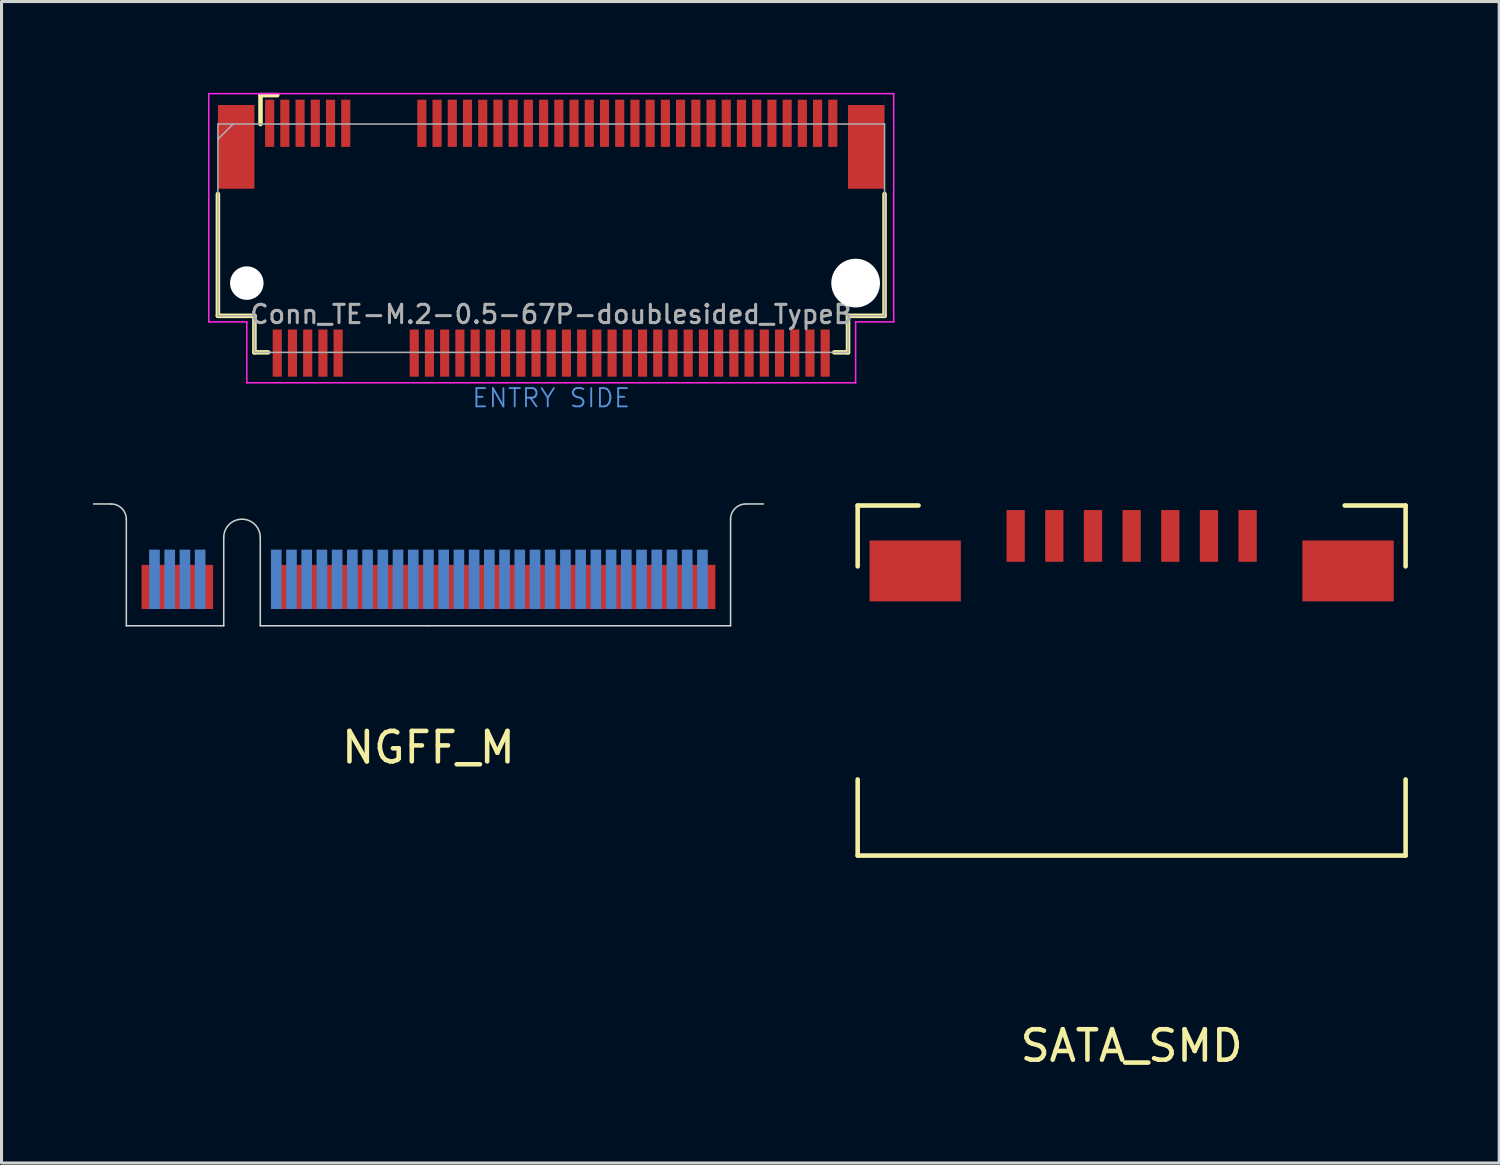
<source format=kicad_pcb>
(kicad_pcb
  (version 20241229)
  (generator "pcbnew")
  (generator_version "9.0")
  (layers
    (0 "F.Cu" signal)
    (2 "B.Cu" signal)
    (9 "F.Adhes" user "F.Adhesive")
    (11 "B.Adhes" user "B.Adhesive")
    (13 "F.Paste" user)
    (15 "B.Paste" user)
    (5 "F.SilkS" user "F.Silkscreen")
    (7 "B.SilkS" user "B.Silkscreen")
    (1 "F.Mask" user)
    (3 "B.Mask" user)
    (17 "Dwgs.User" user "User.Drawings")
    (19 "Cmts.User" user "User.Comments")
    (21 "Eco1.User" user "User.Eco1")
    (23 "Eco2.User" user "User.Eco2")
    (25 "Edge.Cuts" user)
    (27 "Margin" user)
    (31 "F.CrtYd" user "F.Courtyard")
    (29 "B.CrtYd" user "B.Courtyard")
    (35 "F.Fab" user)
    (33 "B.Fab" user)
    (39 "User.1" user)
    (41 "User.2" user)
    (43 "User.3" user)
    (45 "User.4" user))
  (footprint "SATA_SMD"
    (layer "F.Cu")
    (at 34.125 14.556)
    (property "Reference" "SATA_SMD" (at 0 16.75 0) (layer "F.SilkS") (effects (font (size 1 1) (thickness 0.15))))
    (attr through_hole)
    (fp_line (start -9 -1) (end -9 1) (stroke (width 0.15) (type solid)) (layer "F.SilkS"))
    (fp_line (start -9 -1) (end -7 -1) (stroke (width 0.15) (type solid)) (layer "F.SilkS"))
    (fp_line (start -9 10.5) (end -9 8) (stroke (width 0.15) (type solid)) (layer "F.SilkS"))
    (fp_line (start -9 10.5) (end 9 10.5) (stroke (width 0.15) (type solid)) (layer "F.SilkS"))
    (fp_line (start 7 -1) (end 9 -1) (stroke (width 0.15) (type solid)) (layer "F.SilkS"))
    (fp_line (start 9 -1) (end 9 1) (stroke (width 0.15) (type solid)) (layer "F.SilkS"))
    (fp_line (start 9 10.5) (end 9 8) (stroke (width 0.15) (type solid)) (layer "F.SilkS"))
    (pad "1" smd rect (at 3.81 0) (size 0.6 1.7) (layers "F.Cu" "F.Mask" "F.Paste"))
    (pad "2" smd rect (at 2.54 0) (size 0.6 1.7) (layers "F.Cu" "F.Mask" "F.Paste"))
    (pad "3" smd rect (at 1.27 0) (size 0.6 1.7) (layers "F.Cu" "F.Mask" "F.Paste"))
    (pad "4" smd rect (at 0 0) (size 0.6 1.7) (layers "F.Cu" "F.Mask" "F.Paste"))
    (pad "5" smd rect (at -1.27 0) (size 0.6 1.7) (layers "F.Cu" "F.Mask" "F.Paste"))
    (pad "6" smd rect (at -2.54 0) (size 0.6 1.7) (layers "F.Cu" "F.Mask" "F.Paste"))
    (pad "7" smd rect (at -3.81 0) (size 0.6 1.7) (layers "F.Cu" "F.Mask" "F.Paste"))
    (pad "MP" smd rect (at -7.11 1.15) (size 3 2) (layers "F.Cu" "F.Mask" "F.Paste"))
    (pad "MP" smd rect (at 7.11 1.15) (size 3 2) (layers "F.Cu" "F.Mask" "F.Paste")))
  (footprint "NGFF_M"
    (layer "F.Cu")
    (at 11.025 17.506)
    (property "Reference" "NGFF_M" (at 0 4 0) (layer "F.SilkS") (effects (font (size 1 1) (thickness 0.15))))
    (attr through_hole)
    (fp_poly (pts (xy -9.925 0) (xy -6.725 0) (xy -6.725 -2) (xy -9.925 -2)) (stroke (width 0.1) (type solid)) (fill yes) (layer "F.Mask"))
    (fp_poly (pts (xy -5.525 0) (xy 9.925 0) (xy 9.925 -2) (xy -5.525 -2)) (stroke (width 0.1) (type solid)) (fill yes) (layer "F.Mask"))
    (fp_poly (pts (xy -9.925 0) (xy -6.725 0) (xy -6.725 -2.5) (xy -9.925 -2.5)) (stroke (width 0.1) (type solid)) (fill yes) (layer "B.Mask"))
    (fp_poly (pts (xy -5.525 0) (xy 9.925 0) (xy 9.925 -2.5) (xy -5.525 -2.5)) (stroke (width 0.1) (type solid)) (fill yes) (layer "B.Mask"))
    (fp_line (start -11 -4) (end -10.425 -4) (stroke (width 0.05) (type solid)) (layer "Edge.Cuts"))
    (fp_line (start -9.925 -3.5) (end -9.925 0) (stroke (width 0.05) (type solid)) (layer "Edge.Cuts"))
    (fp_line (start -9.925 0) (end -6.725 0) (stroke (width 0.05) (type solid)) (layer "Edge.Cuts"))
    (fp_line (start -6.725 0) (end -6.725 -2.9) (stroke (width 0.05) (type solid)) (layer "Edge.Cuts"))
    (fp_line (start -5.525 -2.9) (end -5.525 0) (stroke (width 0.05) (type solid)) (layer "Edge.Cuts"))
    (fp_line (start -5.525 0) (end 0 0) (stroke (width 0.05) (type solid)) (layer "Edge.Cuts"))
    (fp_line (start 0 0) (end 9.925 0) (stroke (width 0.05) (type solid)) (layer "Edge.Cuts"))
    (fp_line (start 9.925 0) (end 9.925 -3.5) (stroke (width 0.05) (type solid)) (layer "Edge.Cuts"))
    (fp_line (start 10.425 -4) (end 11 -4) (stroke (width 0.05) (type solid)) (layer "Edge.Cuts"))
    (fp_arc (start -10.425 -4) (mid -10.071447 -3.853553) (end -9.925 -3.5) (stroke (width 0.05) (type solid)) (layer "Edge.Cuts"))
    (fp_arc (start -6.725 -2.9) (mid -6.125 -3.5) (end -5.525 -2.9) (stroke (width 0.05) (type solid)) (layer "Edge.Cuts"))
    (fp_arc (start 9.925 -3.5) (mid 10.071447 -3.853553) (end 10.425 -4) (stroke (width 0.05) (type solid)) (layer "Edge.Cuts"))
    (pad "1" smd rect (at 9.25 -1.275) (size 0.35 1.45) (layers "F.Cu"))
    (pad "2" smd rect (at 9 -1.525) (size 0.35 1.95) (layers "B.Cu"))
    (pad "3" smd rect (at 8.75 -1.275) (size 0.35 1.45) (layers "F.Cu"))
    (pad "4" smd rect (at 8.5 -1.525) (size 0.35 1.95) (layers "B.Cu"))
    (pad "5" smd rect (at 8.25 -1.275) (size 0.35 1.45) (layers "F.Cu"))
    (pad "6" smd rect (at 8 -1.525) (size 0.35 1.95) (layers "B.Cu"))
    (pad "7" smd rect (at 7.75 -1.275) (size 0.35 1.45) (layers "F.Cu"))
    (pad "8" smd rect (at 7.5 -1.525) (size 0.35 1.95) (layers "B.Cu"))
    (pad "9" smd rect (at 7.25 -1.275) (size 0.35 1.45) (layers "F.Cu"))
    (pad "10" smd rect (at 7 -1.525) (size 0.35 1.95) (layers "B.Cu"))
    (pad "11" smd rect (at 6.75 -1.275) (size 0.35 1.45) (layers "F.Cu"))
    (pad "12" smd rect (at 6.5 -1.525) (size 0.35 1.95) (layers "B.Cu"))
    (pad "13" smd rect (at 6.25 -1.275) (size 0.35 1.45) (layers "F.Cu"))
    (pad "14" smd rect (at 6 -1.525) (size 0.35 1.95) (layers "B.Cu"))
    (pad "15" smd rect (at 5.75 -1.275) (size 0.35 1.45) (layers "F.Cu"))
    (pad "16" smd rect (at 5.5 -1.525) (size 0.35 1.95) (layers "B.Cu"))
    (pad "17" smd rect (at 5.25 -1.275) (size 0.35 1.45) (layers "F.Cu"))
    (pad "18" smd rect (at 5 -1.525) (size 0.35 1.95) (layers "B.Cu"))
    (pad "19" smd rect (at 4.75 -1.275) (size 0.35 1.45) (layers "F.Cu"))
    (pad "20" smd rect (at 4.5 -1.525) (size 0.35 1.95) (layers "B.Cu"))
    (pad "21" smd rect (at 4.25 -1.275) (size 0.35 1.45) (layers "F.Cu"))
    (pad "22" smd rect (at 4 -1.525) (size 0.35 1.95) (layers "B.Cu"))
    (pad "23" smd rect (at 3.75 -1.275) (size 0.35 1.45) (layers "F.Cu"))
    (pad "24" smd rect (at 3.5 -1.525) (size 0.35 1.95) (layers "B.Cu"))
    (pad "25" smd rect (at 3.25 -1.275) (size 0.35 1.45) (layers "F.Cu"))
    (pad "26" smd rect (at 3 -1.525) (size 0.35 1.95) (layers "B.Cu"))
    (pad "27" smd rect (at 2.75 -1.275) (size 0.35 1.45) (layers "F.Cu"))
    (pad "28" smd rect (at 2.5 -1.525) (size 0.35 1.95) (layers "B.Cu"))
    (pad "29" smd rect (at 2.25 -1.275) (size 0.35 1.45) (layers "F.Cu"))
    (pad "30" smd rect (at 2 -1.525) (size 0.35 1.95) (layers "B.Cu"))
    (pad "31" smd rect (at 1.75 -1.275) (size 0.35 1.45) (layers "F.Cu"))
    (pad "32" smd rect (at 1.5 -1.525) (size 0.35 1.95) (layers "B.Cu"))
    (pad "33" smd rect (at 1.25 -1.275) (size 0.35 1.45) (layers "F.Cu"))
    (pad "34" smd rect (at 1 -1.525) (size 0.35 1.95) (layers "B.Cu"))
    (pad "35" smd rect (at 0.75 -1.275) (size 0.35 1.45) (layers "F.Cu"))
    (pad "36" smd rect (at 0.5 -1.525) (size 0.35 1.95) (layers "B.Cu"))
    (pad "37" smd rect (at 0.25 -1.275) (size 0.35 1.45) (layers "F.Cu"))
    (pad "38" smd rect (at 0 -1.525) (size 0.35 1.95) (layers "B.Cu"))
    (pad "39" smd rect (at -0.25 -1.275) (size 0.35 1.45) (layers "F.Cu"))
    (pad "40" smd rect (at -0.5 -1.525) (size 0.35 1.95) (layers "B.Cu"))
    (pad "41" smd rect (at -0.75 -1.275) (size 0.35 1.45) (layers "F.Cu"))
    (pad "42" smd rect (at -1 -1.525) (size 0.35 1.95) (layers "B.Cu"))
    (pad "43" smd rect (at -1.25 -1.275) (size 0.35 1.45) (layers "F.Cu"))
    (pad "44" smd rect (at -1.5 -1.525) (size 0.35 1.95) (layers "B.Cu"))
    (pad "45" smd rect (at -1.75 -1.275) (size 0.35 1.45) (layers "F.Cu"))
    (pad "46" smd rect (at -2 -1.525) (size 0.35 1.95) (layers "B.Cu"))
    (pad "47" smd rect (at -2.25 -1.275) (size 0.35 1.45) (layers "F.Cu"))
    (pad "48" smd rect (at -2.5 -1.525) (size 0.35 1.95) (layers "B.Cu"))
    (pad "49" smd rect (at -2.75 -1.275) (size 0.35 1.45) (layers "F.Cu"))
    (pad "50" smd rect (at -3 -1.525) (size 0.35 1.95) (layers "B.Cu"))
    (pad "51" smd rect (at -3.25 -1.275) (size 0.35 1.45) (layers "F.Cu"))
    (pad "52" smd rect (at -3.5 -1.525) (size 0.35 1.95) (layers "B.Cu"))
    (pad "53" smd rect (at -3.75 -1.275) (size 0.35 1.45) (layers "F.Cu"))
    (pad "54" smd rect (at -4 -1.525) (size 0.35 1.95) (layers "B.Cu"))
    (pad "55" smd rect (at -4.25 -1.275) (size 0.35 1.45) (layers "F.Cu"))
    (pad "56" smd rect (at -4.5 -1.525) (size 0.35 1.95) (layers "B.Cu"))
    (pad "57" smd rect (at -4.75 -1.275) (size 0.35 1.45) (layers "F.Cu"))
    (pad "58" smd rect (at -5 -1.525) (size 0.35 1.95) (layers "B.Cu"))
    (pad "67" smd rect (at -7.25 -1.275) (size 0.35 1.45) (layers "F.Cu"))
    (pad "68" smd rect (at -7.5 -1.525) (size 0.35 1.95) (layers "B.Cu"))
    (pad "69" smd rect (at -7.75 -1.275) (size 0.35 1.45) (layers "F.Cu"))
    (pad "70" smd rect (at -8 -1.525) (size 0.35 1.95) (layers "B.Cu"))
    (pad "71" smd rect (at -8.25 -1.275) (size 0.35 1.45) (layers "F.Cu"))
    (pad "72" smd rect (at -8.5 -1.525) (size 0.35 1.95) (layers "B.Cu"))
    (pad "73" smd rect (at -8.75 -1.275) (size 0.35 1.45) (layers "F.Cu"))
    (pad "74" smd rect (at -9 -1.525) (size 0.35 1.95) (layers "B.Cu"))
    (pad "75" smd rect (at -9.25 -1.275) (size 0.35 1.45) (layers "F.Cu")))
  (footprint "Conn_TE-M.2-0.5-67P-doublesided_TypeB"
    (layer "F.Cu")
    (at 15.058 6.275)
    (property "Reference" "Conn_TE-M.2-0.5-67P-doublesided_TypeB" (at 0 1 0) (layer "F.Fab") (effects (font (size 0.6 0.6) (thickness 0.1))))
    (attr through_hole)
    (fp_line (start -10.95 1.05) (end -10.95 -2.95) (stroke (width 0.15) (type solid)) (layer "F.SilkS"))
    (fp_line (start -9.75 1.05) (end -10.95 1.05) (stroke (width 0.15) (type solid)) (layer "F.SilkS"))
    (fp_line (start -9.75 2.25) (end -9.75 1.05) (stroke (width 0.15) (type solid)) (layer "F.SilkS"))
    (fp_line (start -9.55 -6.2) (end -9 -6.2) (stroke (width 0.15) (type solid)) (layer "F.SilkS"))
    (fp_line (start -9.55 -5.25) (end -9.55 -6.2) (stroke (width 0.15) (type solid)) (layer "F.SilkS"))
    (fp_line (start -9.3 2.25) (end -9.75 2.25) (stroke (width 0.15) (type solid)) (layer "F.SilkS"))
    (fp_line (start 9.75 1.05) (end 9.75 2.25) (stroke (width 0.15) (type solid)) (layer "F.SilkS"))
    (fp_line (start 9.75 2.25) (end 9.3 2.25) (stroke (width 0.15) (type solid)) (layer "F.SilkS"))
    (fp_line (start 10.95 1.05) (end 9.75 1.05) (stroke (width 0.15) (type solid)) (layer "F.SilkS"))
    (fp_line (start 10.95 1.05) (end 10.95 -2.95) (stroke (width 0.15) (type solid)) (layer "F.SilkS"))
    (fp_line (start -11.25 -6.25) (end 11.25 -6.25) (stroke (width 0.05) (type solid)) (layer "F.CrtYd"))
    (fp_line (start -11.25 1.25) (end -11.25 -6.25) (stroke (width 0.05) (type solid)) (layer "F.CrtYd"))
    (fp_line (start -10 1.25) (end -11.25 1.25) (stroke (width 0.05) (type solid)) (layer "F.CrtYd"))
    (fp_line (start -10 3.25) (end -10 1.25) (stroke (width 0.05) (type solid)) (layer "F.CrtYd"))
    (fp_line (start 10 1.25) (end 10 3.25) (stroke (width 0.05) (type solid)) (layer "F.CrtYd"))
    (fp_line (start 10 3.25) (end -10 3.25) (stroke (width 0.05) (type solid)) (layer "F.CrtYd"))
    (fp_line (start 11.25 -6.25) (end 11.25 1.25) (stroke (width 0.05) (type solid)) (layer "F.CrtYd"))
    (fp_line (start 11.25 1.25) (end 10 1.25) (stroke (width 0.05) (type solid)) (layer "F.CrtYd"))
    (fp_line (start -10.95 -5.25) (end -10.95 1.05) (stroke (width 0.05) (type solid)) (layer "F.Fab"))
    (fp_line (start -10.95 -5.25) (end 10.95 -5.25) (stroke (width 0.05) (type solid)) (layer "F.Fab"))
    (fp_line (start -10.95 -4.75) (end -10.45 -5.25) (stroke (width 0.05) (type solid)) (layer "F.Fab"))
    (fp_line (start -10.95 1.05) (end -9.75 1.05) (stroke (width 0.05) (type solid)) (layer "F.Fab"))
    (fp_line (start -9.75 1.05) (end -9.75 2.25) (stroke (width 0.05) (type solid)) (layer "F.Fab"))
    (fp_line (start -9.75 2.25) (end 9.75 2.25) (stroke (width 0.05) (type solid)) (layer "F.Fab"))
    (fp_line (start 9.75 1.05) (end 9.75 2.25) (stroke (width 0.05) (type solid)) (layer "F.Fab"))
    (fp_line (start 10.95 1.05) (end 9.75 1.05) (stroke (width 0.05) (type solid)) (layer "F.Fab"))
    (fp_line (start 10.95 1.05) (end 10.95 -5.25) (stroke (width 0.05) (type solid)) (layer "F.Fab"))
    (fp_text user "ENTRY SIDE" (at 0 3.75 0) (layer "Cmts.User") (effects (font (size 0.6 0.6) (thickness 0.06))))
    (fp_text user "${REFERENCE}" (at -10.1 -4.8 0) (layer "Eco1.User") (effects (font (size 0.3 0.3) (thickness 0.03))))
    (pad "" np_thru_hole circle (at -10 -0.025) (size 1.1 1.1) (drill 1.1) (layers "*.Cu"))
    (pad "" np_thru_hole circle (at 10 -0.025) (size 1.6 1.6) (drill 1.6) (layers "*.Cu"))
    (pad "1" smd rect (at -9.25 -5.275) (size 0.3 1.55) (layers "F.Cu" "F.Mask" "F.Paste"))
    (pad "2" smd rect (at -9 2.275) (size 0.3 1.55) (layers "F.Cu" "F.Mask" "F.Paste"))
    (pad "3" smd rect (at -8.75 -5.275) (size 0.3 1.55) (layers "F.Cu" "F.Mask" "F.Paste"))
    (pad "4" smd rect (at -8.5 2.275) (size 0.3 1.55) (layers "F.Cu" "F.Mask" "F.Paste"))
    (pad "5" smd rect (at -8.25 -5.275) (size 0.3 1.55) (layers "F.Cu" "F.Mask" "F.Paste"))
    (pad "6" smd rect (at -8 2.275) (size 0.3 1.55) (layers "F.Cu" "F.Mask" "F.Paste"))
    (pad "7" smd rect (at -7.75 -5.275) (size 0.3 1.55) (layers "F.Cu" "F.Mask" "F.Paste"))
    (pad "8" smd rect (at -7.5 2.275) (size 0.3 1.55) (layers "F.Cu" "F.Mask" "F.Paste"))
    (pad "9" smd rect (at -7.25 -5.275) (size 0.3 1.55) (layers "F.Cu" "F.Mask" "F.Paste"))
    (pad "10" smd rect (at -7 2.275) (size 0.3 1.55) (layers "F.Cu" "F.Mask" "F.Paste"))
    (pad "11" smd rect (at -6.75 -5.275) (size 0.3 1.55) (layers "F.Cu" "F.Mask" "F.Paste"))
    (pad "20" smd rect (at -4.5 2.275) (size 0.3 1.55) (layers "F.Cu" "F.Mask" "F.Paste"))
    (pad "21" smd rect (at -4.25 -5.275) (size 0.3 1.55) (layers "F.Cu" "F.Mask" "F.Paste"))
    (pad "22" smd rect (at -4 2.275) (size 0.3 1.55) (layers "F.Cu" "F.Mask" "F.Paste"))
    (pad "23" smd rect (at -3.75 -5.275) (size 0.3 1.55) (layers "F.Cu" "F.Mask" "F.Paste"))
    (pad "24" smd rect (at -3.5 2.275) (size 0.3 1.55) (layers "F.Cu" "F.Mask" "F.Paste"))
    (pad "25" smd rect (at -3.25 -5.275) (size 0.3 1.55) (layers "F.Cu" "F.Mask" "F.Paste"))
    (pad "26" smd rect (at -3 2.275) (size 0.3 1.55) (layers "F.Cu" "F.Mask" "F.Paste"))
    (pad "27" smd rect (at -2.75 -5.275) (size 0.3 1.55) (layers "F.Cu" "F.Mask" "F.Paste"))
    (pad "28" smd rect (at -2.5 2.275) (size 0.3 1.55) (layers "F.Cu" "F.Mask" "F.Paste"))
    (pad "29" smd rect (at -2.25 -5.275) (size 0.3 1.55) (layers "F.Cu" "F.Mask" "F.Paste"))
    (pad "30" smd rect (at -2 2.275) (size 0.3 1.55) (layers "F.Cu" "F.Mask" "F.Paste"))
    (pad "31" smd rect (at -1.75 -5.275) (size 0.3 1.55) (layers "F.Cu" "F.Mask" "F.Paste"))
    (pad "32" smd rect (at -1.5 2.275) (size 0.3 1.55) (layers "F.Cu" "F.Mask" "F.Paste"))
    (pad "33" smd rect (at -1.25 -5.275) (size 0.3 1.55) (layers "F.Cu" "F.Mask" "F.Paste"))
    (pad "34" smd rect (at -1 2.275) (size 0.3 1.55) (layers "F.Cu" "F.Mask" "F.Paste"))
    (pad "35" smd rect (at -0.75 -5.275) (size 0.3 1.55) (layers "F.Cu" "F.Mask" "F.Paste"))
    (pad "36" smd rect (at -0.5 2.275) (size 0.3 1.55) (layers "F.Cu" "F.Mask" "F.Paste"))
    (pad "37" smd rect (at -0.25 -5.275) (size 0.3 1.55) (layers "F.Cu" "F.Mask" "F.Paste"))
    (pad "38" smd rect (at 0 2.275) (size 0.3 1.55) (layers "F.Cu" "F.Mask" "F.Paste"))
    (pad "39" smd rect (at 0.25 -5.275) (size 0.3 1.55) (layers "F.Cu" "F.Mask" "F.Paste"))
    (pad "40" smd rect (at 0.5 2.275) (size 0.3 1.55) (layers "F.Cu" "F.Mask" "F.Paste"))
    (pad "41" smd rect (at 0.75 -5.275) (size 0.3 1.55) (layers "F.Cu" "F.Mask" "F.Paste"))
    (pad "42" smd rect (at 1 2.275) (size 0.3 1.55) (layers "F.Cu" "F.Mask" "F.Paste"))
    (pad "43" smd rect (at 1.25 -5.275) (size 0.3 1.55) (layers "F.Cu" "F.Mask" "F.Paste"))
    (pad "44" smd rect (at 1.5 2.275) (size 0.3 1.55) (layers "F.Cu" "F.Mask" "F.Paste"))
    (pad "45" smd rect (at 1.75 -5.275) (size 0.3 1.55) (layers "F.Cu" "F.Mask" "F.Paste"))
    (pad "46" smd rect (at 2 2.275) (size 0.3 1.55) (layers "F.Cu" "F.Mask" "F.Paste"))
    (pad "47" smd rect (at 2.25 -5.275) (size 0.3 1.55) (layers "F.Cu" "F.Mask" "F.Paste"))
    (pad "48" smd rect (at 2.5 2.275) (size 0.3 1.55) (layers "F.Cu" "F.Mask" "F.Paste"))
    (pad "49" smd rect (at 2.75 -5.275) (size 0.3 1.55) (layers "F.Cu" "F.Mask" "F.Paste"))
    (pad "50" smd rect (at 3 2.275) (size 0.3 1.55) (layers "F.Cu" "F.Mask" "F.Paste"))
    (pad "51" smd rect (at 3.25 -5.275) (size 0.3 1.55) (layers "F.Cu" "F.Mask" "F.Paste"))
    (pad "52" smd rect (at 3.5 2.275) (size 0.3 1.55) (layers "F.Cu" "F.Mask" "F.Paste"))
    (pad "53" smd rect (at 3.75 -5.275) (size 0.3 1.55) (layers "F.Cu" "F.Mask" "F.Paste"))
    (pad "54" smd rect (at 4 2.275) (size 0.3 1.55) (layers "F.Cu" "F.Mask" "F.Paste"))
    (pad "55" smd rect (at 4.25 -5.275) (size 0.3 1.55) (layers "F.Cu" "F.Mask" "F.Paste"))
    (pad "56" smd rect (at 4.5 2.275) (size 0.3 1.55) (layers "F.Cu" "F.Mask" "F.Paste"))
    (pad "57" smd rect (at 4.75 -5.275) (size 0.3 1.55) (layers "F.Cu" "F.Mask" "F.Paste"))
    (pad "58" smd rect (at 5 2.275) (size 0.3 1.55) (layers "F.Cu" "F.Mask" "F.Paste"))
    (pad "59" smd rect (at 5.25 -5.275) (size 0.3 1.55) (layers "F.Cu" "F.Mask" "F.Paste"))
    (pad "60" smd rect (at 5.5 2.275) (size 0.3 1.55) (layers "F.Cu" "F.Mask" "F.Paste"))
    (pad "61" smd rect (at 5.75 -5.275) (size 0.3 1.55) (layers "F.Cu" "F.Mask" "F.Paste"))
    (pad "62" smd rect (at 6 2.275) (size 0.3 1.55) (layers "F.Cu" "F.Mask" "F.Paste"))
    (pad "63" smd rect (at 6.25 -5.275) (size 0.3 1.55) (layers "F.Cu" "F.Mask" "F.Paste"))
    (pad "64" smd rect (at 6.5 2.275) (size 0.3 1.55) (layers "F.Cu" "F.Mask" "F.Paste"))
    (pad "65" smd rect (at 6.75 -5.275) (size 0.3 1.55) (layers "F.Cu" "F.Mask" "F.Paste"))
    (pad "66" smd rect (at 7 2.275) (size 0.3 1.55) (layers "F.Cu" "F.Mask" "F.Paste"))
    (pad "67" smd rect (at 7.25 -5.275) (size 0.3 1.55) (layers "F.Cu" "F.Mask" "F.Paste"))
    (pad "68" smd rect (at 7.5 2.275) (size 0.3 1.55) (layers "F.Cu" "F.Mask" "F.Paste"))
    (pad "69" smd rect (at 7.75 -5.275) (size 0.3 1.55) (layers "F.Cu" "F.Mask" "F.Paste"))
    (pad "70" smd rect (at 8 2.275) (size 0.3 1.55) (layers "F.Cu" "F.Mask" "F.Paste"))
    (pad "71" smd rect (at 8.25 -5.275) (size 0.3 1.55) (layers "F.Cu" "F.Mask" "F.Paste"))
    (pad "72" smd rect (at 8.5 2.275) (size 0.3 1.55) (layers "F.Cu" "F.Mask" "F.Paste"))
    (pad "73" smd rect (at 8.75 -5.275) (size 0.3 1.55) (layers "F.Cu" "F.Mask" "F.Paste"))
    (pad "74" smd rect (at 9 2.275) (size 0.3 1.55) (layers "F.Cu" "F.Mask" "F.Paste"))
    (pad "75" smd rect (at 9.25 -5.275) (size 0.3 1.55) (layers "F.Cu" "F.Mask" "F.Paste"))
    (pad "MP" smd rect (at -10.35 -4.5) (size 1.2 2.75) (layers "F.Cu" "F.Mask" "F.Paste"))
    (pad "MP" smd rect (at 10.35 -4.5) (size 1.2 2.75) (layers "F.Cu" "F.Mask" "F.Paste")))
  (gr_rect
    (start -3 -3)
    (end 46.2 35.155)
    (stroke (width 0.1) (type default))
    (fill no)
    (layer "Edge.Cuts")))
</source>
